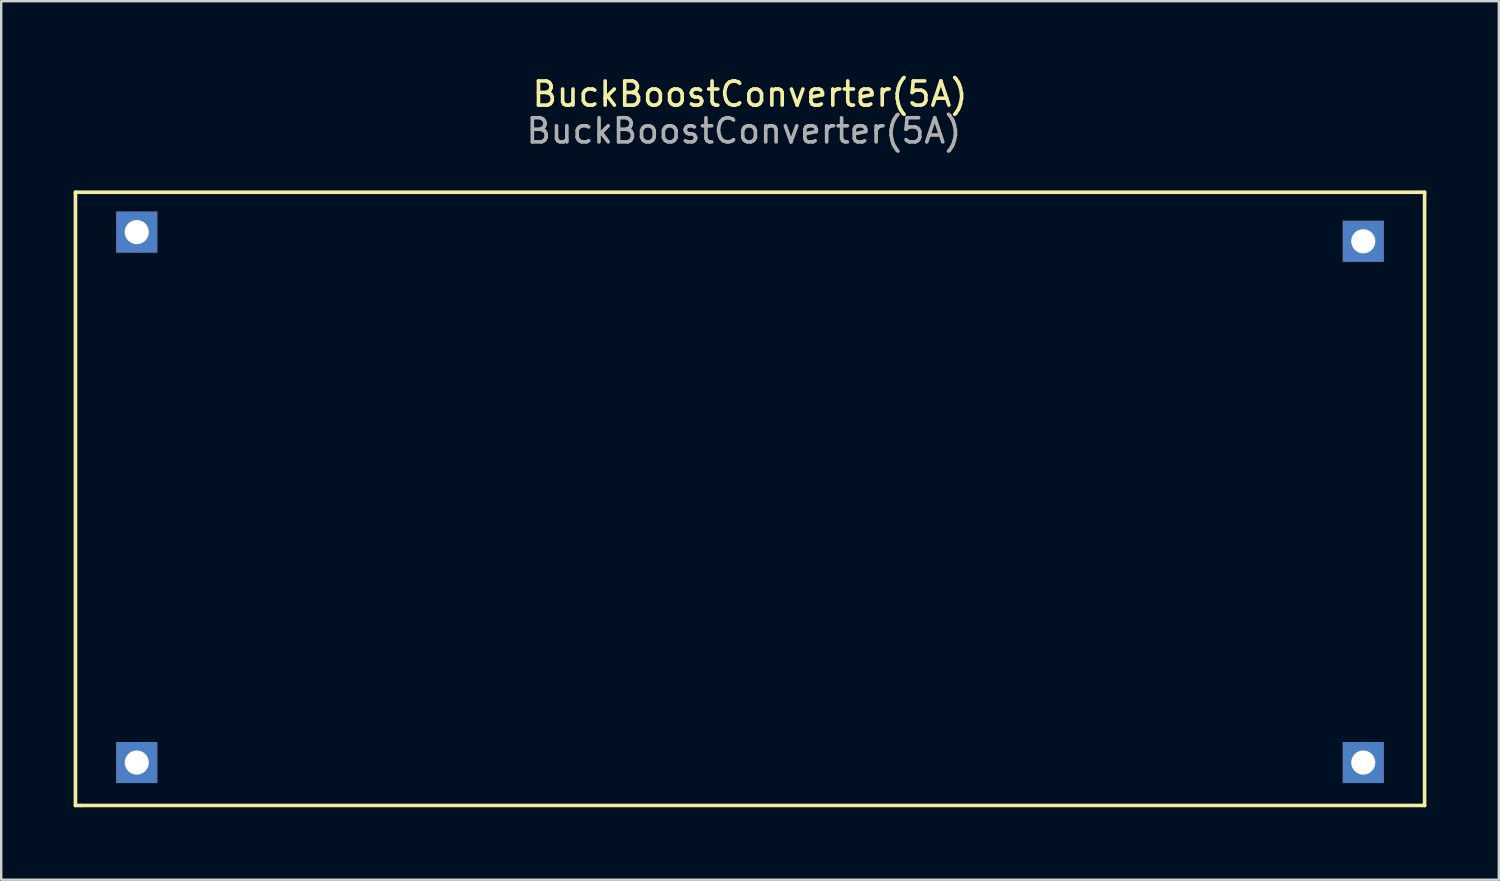
<source format=kicad_pcb>
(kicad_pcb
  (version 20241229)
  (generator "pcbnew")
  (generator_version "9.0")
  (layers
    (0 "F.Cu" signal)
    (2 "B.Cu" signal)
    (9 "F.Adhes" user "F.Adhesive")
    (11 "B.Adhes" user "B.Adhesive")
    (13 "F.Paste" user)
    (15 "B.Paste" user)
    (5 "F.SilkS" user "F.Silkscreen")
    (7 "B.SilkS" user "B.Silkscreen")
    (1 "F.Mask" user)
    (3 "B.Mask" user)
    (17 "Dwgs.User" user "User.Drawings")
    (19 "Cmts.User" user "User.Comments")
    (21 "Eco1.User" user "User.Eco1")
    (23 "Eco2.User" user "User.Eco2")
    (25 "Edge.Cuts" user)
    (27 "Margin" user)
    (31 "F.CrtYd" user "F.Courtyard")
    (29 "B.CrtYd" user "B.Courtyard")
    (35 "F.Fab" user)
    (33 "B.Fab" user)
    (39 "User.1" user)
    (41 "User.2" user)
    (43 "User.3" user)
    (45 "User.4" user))
  (footprint "BuckBoostConverter(5A)"
    (layer "F.Cu")
    (at 28.015 17.104)
    (property "Reference" "BuckBoostConverter(5A)" (at 0 -16.256 0) (layer "F.SilkS") (effects (font (size 1 1) (thickness 0.15))))
    (attr through_hole)
    (fp_line (start -27.94 -12.192) (end 27.94 -12.192) (stroke (width 0.15) (type solid)) (layer "F.SilkS"))
    (fp_line (start -27.94 13.208) (end -27.94 -12.192) (stroke (width 0.15) (type solid)) (layer "F.SilkS"))
    (fp_line (start -27.686 13.208) (end -27.94 13.208) (stroke (width 0.15) (type solid)) (layer "F.SilkS"))
    (fp_line (start 27.94 -12.192) (end 27.94 13.208) (stroke (width 0.15) (type solid)) (layer "F.SilkS"))
    (fp_line (start 27.94 13.208) (end -27.686 13.208) (stroke (width 0.15) (type solid)) (layer "F.SilkS"))
    (fp_text user "${REFERENCE}" (at -0.254 -14.732 180) (layer "F.Fab") (effects (font (size 1 1) (thickness 0.15))))
    (pad "GND" thru_hole rect (at -25.4 -10.541) (size 1.7 1.7) (drill 1) (layers "*.Cu" "*.Mask"))
    (pad "GND" thru_hole rect (at 25.4 -10.16) (size 1.7 1.7) (drill 1) (layers "*.Cu" "*.Mask"))
    (pad "HV" thru_hole rect (at 25.4 11.43) (size 1.7 1.7) (drill 1) (layers "*.Cu" "*.Mask"))
    (pad "LV" thru_hole rect (at -25.4 11.43) (size 1.7 1.7) (drill 1) (layers "*.Cu" "*.Mask")))
  (gr_rect
    (start -3 -3)
    (end 59.03 33.387)
    (stroke (width 0.1) (type default))
    (fill no)
    (layer "Edge.Cuts")))
</source>
